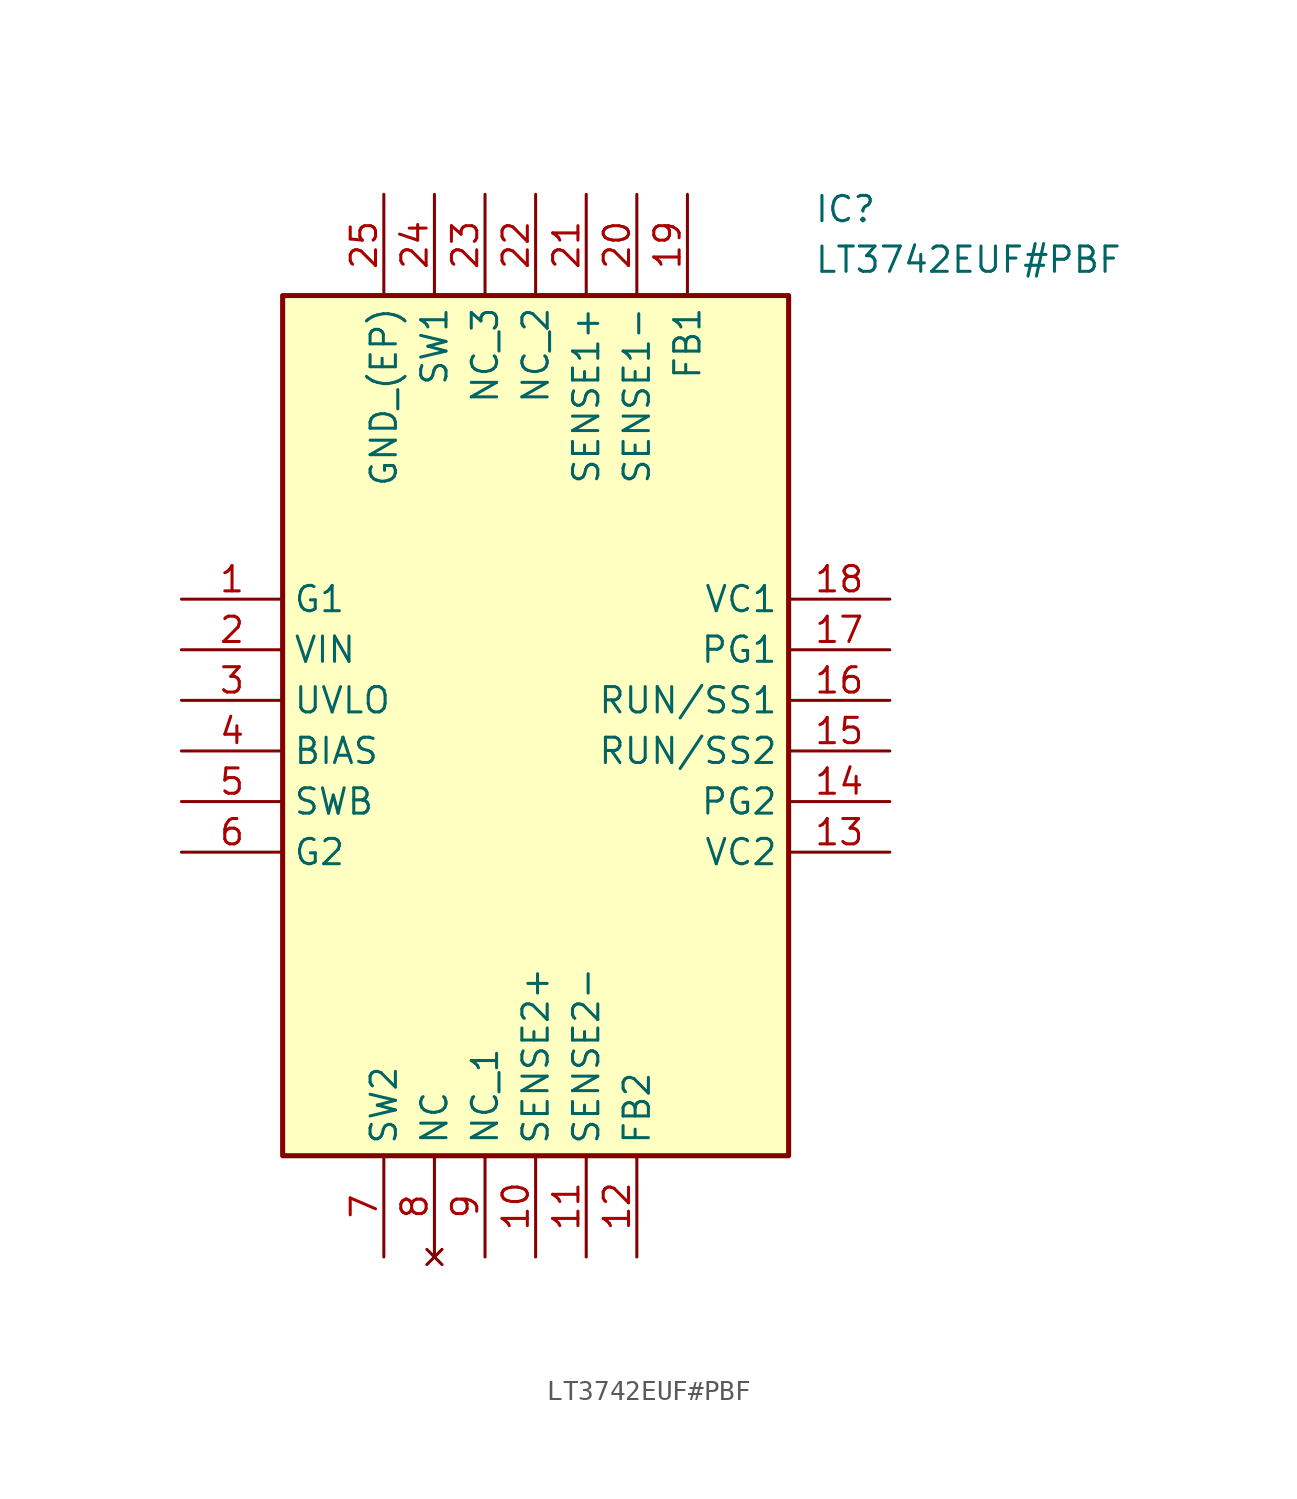
<source format=kicad_sym>
(kicad_symbol_lib
  (version 20211014)
  (generator SamacSys_ECAD_Model)
  (symbol "LT3742EUF#PBF"
    (property "Reference" "IC"
      (at 31.75 20.32 0)
      (effects (font (size 1.27 1.27)) (justify left top)))
    (property "Value" "LT3742EUF#PBF"
      (at 31.75 17.78 0)
      (effects (font (size 1.27 1.27)) (justify left top)))
    (rectangle
      (start 5.08 15.24)
      (end 30.48 -27.94)
      (stroke (width 0.254) (type default))
      (fill (type background)))
    (pin passive line
      (at 0 0 0)
      (length 5.08)
      (name "G1" (effects (font (size 1.27 1.27))))
      (number "1" (effects (font (size 1.27 1.27)))))
    (pin input line
      (at 0 -2.54 0)
      (length 5.08)
      (name "VIN" (effects (font (size 1.27 1.27))))
      (number "2" (effects (font (size 1.27 1.27)))))
    (pin passive line
      (at 0 -5.08 0)
      (length 5.08)
      (name "UVLO" (effects (font (size 1.27 1.27))))
      (number "3" (effects (font (size 1.27 1.27)))))
    (pin passive line
      (at 0 -7.62 0)
      (length 5.08)
      (name "BIAS" (effects (font (size 1.27 1.27))))
      (number "4" (effects (font (size 1.27 1.27)))))
    (pin passive line
      (at 0 -10.16 0)
      (length 5.08)
      (name "SWB" (effects (font (size 1.27 1.27))))
      (number "5" (effects (font (size 1.27 1.27)))))
    (pin passive line
      (at 0 -12.7 0)
      (length 5.08)
      (name "G2" (effects (font (size 1.27 1.27))))
      (number "6" (effects (font (size 1.27 1.27)))))
    (pin passive line
      (at 10.16 -33.02 90)
      (length 5.08)
      (name "SW2" (effects (font (size 1.27 1.27))))
      (number "7" (effects (font (size 1.27 1.27)))))
    (pin no_connect line
      (at 12.7 -33.02 90)
      (length 5.08)
      (name "NC" (effects (font (size 1.27 1.27))))
      (number "8" (effects (font (size 1.27 1.27)))))
    (pin passive line
      (at 15.24 -33.02 90)
      (length 5.08)
      (name "NC_1" (effects (font (size 1.27 1.27))))
      (number "9" (effects (font (size 1.27 1.27)))))
    (pin input line
      (at 17.78 -33.02 90)
      (length 5.08)
      (name "SENSE2+" (effects (font (size 1.27 1.27))))
      (number "10" (effects (font (size 1.27 1.27)))))
    (pin input line
      (at 20.32 -33.02 90)
      (length 5.08)
      (name "SENSE2-" (effects (font (size 1.27 1.27))))
      (number "11" (effects (font (size 1.27 1.27)))))
    (pin passive line
      (at 22.86 -33.02 90)
      (length 5.08)
      (name "FB2" (effects (font (size 1.27 1.27))))
      (number "12" (effects (font (size 1.27 1.27)))))
    (pin power_in line
      (at 35.56 0 180)
      (length 5.08)
      (name "VC1" (effects (font (size 1.27 1.27))))
      (number "18" (effects (font (size 1.27 1.27)))))
    (pin output line
      (at 35.56 -2.54 180)
      (length 5.08)
      (name "PG1" (effects (font (size 1.27 1.27))))
      (number "17" (effects (font (size 1.27 1.27)))))
    (pin passive line
      (at 35.56 -5.08 180)
      (length 5.08)
      (name "RUN/SS1" (effects (font (size 1.27 1.27))))
      (number "16" (effects (font (size 1.27 1.27)))))
    (pin passive line
      (at 35.56 -7.62 180)
      (length 5.08)
      (name "RUN/SS2" (effects (font (size 1.27 1.27))))
      (number "15" (effects (font (size 1.27 1.27)))))
    (pin output line
      (at 35.56 -10.16 180)
      (length 5.08)
      (name "PG2" (effects (font (size 1.27 1.27))))
      (number "14" (effects (font (size 1.27 1.27)))))
    (pin power_in line
      (at 35.56 -12.7 180)
      (length 5.08)
      (name "VC2" (effects (font (size 1.27 1.27))))
      (number "13" (effects (font (size 1.27 1.27)))))
    (pin power_in line
      (at 10.16 20.32 270)
      (length 5.08)
      (name "GND_(EP)" (effects (font (size 1.27 1.27))))
      (number "25" (effects (font (size 1.27 1.27)))))
    (pin passive line
      (at 12.7 20.32 270)
      (length 5.08)
      (name "SW1" (effects (font (size 1.27 1.27))))
      (number "24" (effects (font (size 1.27 1.27)))))
    (pin passive line
      (at 15.24 20.32 270)
      (length 5.08)
      (name "NC_3" (effects (font (size 1.27 1.27))))
      (number "23" (effects (font (size 1.27 1.27)))))
    (pin passive line
      (at 17.78 20.32 270)
      (length 5.08)
      (name "NC_2" (effects (font (size 1.27 1.27))))
      (number "22" (effects (font (size 1.27 1.27)))))
    (pin input line
      (at 20.32 20.32 270)
      (length 5.08)
      (name "SENSE1+" (effects (font (size 1.27 1.27))))
      (number "21" (effects (font (size 1.27 1.27)))))
    (pin input line
      (at 22.86 20.32 270)
      (length 5.08)
      (name "SENSE1-" (effects (font (size 1.27 1.27))))
      (number "20" (effects (font (size 1.27 1.27)))))
    (pin passive line
      (at 25.4 20.32 270)
      (length 5.08)
      (name "FB1" (effects (font (size 1.27 1.27))))
      (number "19" (effects (font (size 1.27 1.27)))))))
</source>
